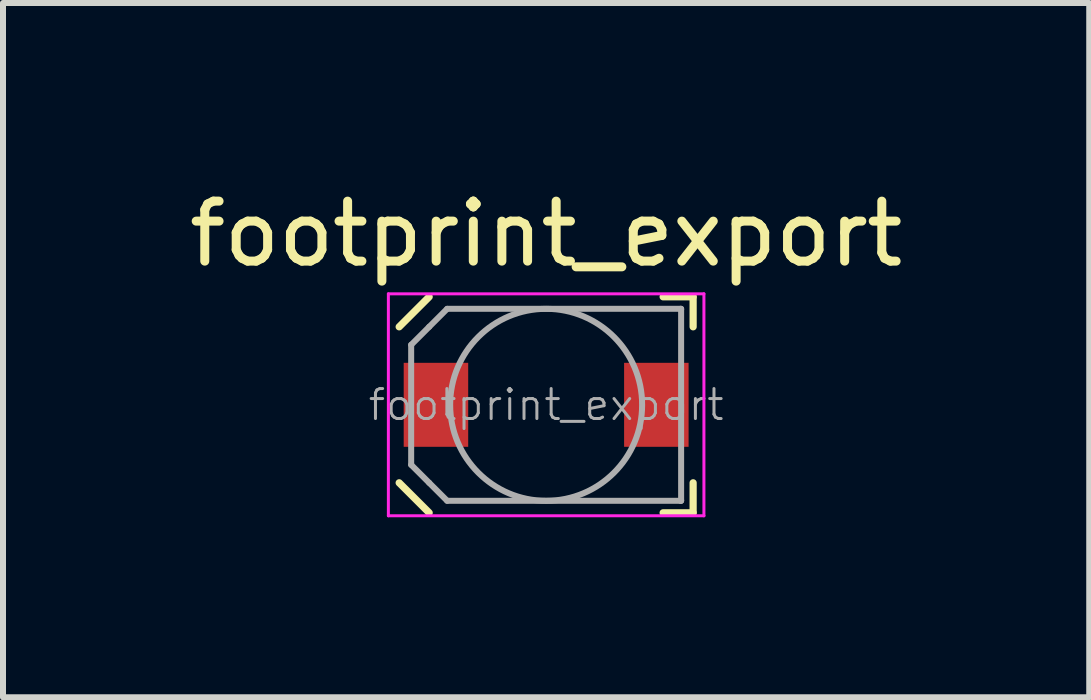
<source format=kicad_pcb>
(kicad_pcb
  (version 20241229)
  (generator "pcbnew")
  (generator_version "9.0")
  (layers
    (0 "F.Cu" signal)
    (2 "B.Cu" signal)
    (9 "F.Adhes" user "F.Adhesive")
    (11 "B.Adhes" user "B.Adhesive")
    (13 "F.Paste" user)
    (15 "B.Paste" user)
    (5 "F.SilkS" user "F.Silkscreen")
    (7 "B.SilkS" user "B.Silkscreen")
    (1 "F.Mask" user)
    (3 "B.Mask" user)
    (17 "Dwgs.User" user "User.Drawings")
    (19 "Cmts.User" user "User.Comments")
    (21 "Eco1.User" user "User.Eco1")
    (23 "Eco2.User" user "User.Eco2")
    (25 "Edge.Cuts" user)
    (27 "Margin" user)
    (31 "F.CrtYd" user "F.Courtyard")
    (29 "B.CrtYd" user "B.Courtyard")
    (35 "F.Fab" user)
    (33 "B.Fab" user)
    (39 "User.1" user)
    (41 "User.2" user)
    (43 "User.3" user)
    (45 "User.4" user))
  (footprint "footprint_export"
    (layer "F.Cu")
    (at 6.054 3.698)
    (property "Reference" "footprint_export" (at 0 -2.85 0) (layer "F.SilkS") (effects (font (size 1 1) (thickness 0.15))))
    (attr smd)
    (fp_line (start -2.45 -1.3) (end -1.95 -1.8) (stroke (width 0.12) (type solid)) (layer "F.SilkS"))
    (fp_line (start -2.45 1.3) (end -1.95 1.8) (stroke (width 0.12) (type solid)) (layer "F.SilkS"))
    (fp_line (start 2.45 -1.8) (end 1.95 -1.8) (stroke (width 0.12) (type solid)) (layer "F.SilkS"))
    (fp_line (start 2.45 -1.8) (end 2.45 -1.3) (stroke (width 0.12) (type solid)) (layer "F.SilkS"))
    (fp_line (start 2.45 1.8) (end 1.95 1.8) (stroke (width 0.12) (type solid)) (layer "F.SilkS"))
    (fp_line (start 2.45 1.8) (end 2.45 1.3) (stroke (width 0.12) (type solid)) (layer "F.SilkS"))
    (fp_line (start -2.63 -1.85) (end -2.63 1.85) (stroke (width 0.05) (type solid)) (layer "F.CrtYd"))
    (fp_line (start -2.63 1.85) (end 2.63 1.85) (stroke (width 0.05) (type solid)) (layer "F.CrtYd"))
    (fp_line (start 2.63 -1.85) (end -2.63 -1.85) (stroke (width 0.05) (type solid)) (layer "F.CrtYd"))
    (fp_line (start 2.63 1.85) (end 2.63 -1.85) (stroke (width 0.05) (type solid)) (layer "F.CrtYd"))
    (fp_line (start -2.25 -1) (end -1.95 -1.3) (stroke (width 0.1) (type solid)) (layer "F.Fab"))
    (fp_line (start -2.25 1) (end -2.25 -1) (stroke (width 0.1) (type solid)) (layer "F.Fab"))
    (fp_line (start -1.95 -1.3) (end -1.65 -1.6) (stroke (width 0.1) (type solid)) (layer "F.Fab"))
    (fp_line (start -1.95 1.3) (end -2.25 1) (stroke (width 0.1) (type solid)) (layer "F.Fab"))
    (fp_line (start -1.65 -1.6) (end 2.24 -1.6) (stroke (width 0.1) (type solid)) (layer "F.Fab"))
    (fp_line (start -1.65 1.6) (end -1.95 1.3) (stroke (width 0.1) (type solid)) (layer "F.Fab"))
    (fp_line (start 2.24 -1.6) (end 2.25 -1.6) (stroke (width 0.1) (type solid)) (layer "F.Fab"))
    (fp_line (start 2.24 1.6) (end -1.65 1.6) (stroke (width 0.1) (type solid)) (layer "F.Fab"))
    (fp_line (start 2.25 -1.6) (end 2.25 -1.59) (stroke (width 0.1) (type solid)) (layer "F.Fab"))
    (fp_line (start 2.25 -1.59) (end 2.25 1.59) (stroke (width 0.1) (type solid)) (layer "F.Fab"))
    (fp_line (start 2.25 1.59) (end 2.25 1.6) (stroke (width 0.1) (type solid)) (layer "F.Fab"))
    (fp_line (start 2.25 1.6) (end 2.24 1.6) (stroke (width 0.1) (type solid)) (layer "F.Fab"))
    (fp_circle (center 0 0) (end 1.6 0) (stroke (width 0.1) (type solid)) (fill no) (layer "F.Fab"))
    (fp_text user "${REFERENCE}" (at 0 0 0) (layer "F.Fab") (effects (font (size 0.5 0.5) (thickness 0.05))))
    (pad "1" smd rect (at -1.837 0) (size 1.075 1.4) (layers "F.Cu" "F.Mask" "F.Paste"))
    (pad "2" smd rect (at 1.837 0) (size 1.075 1.4) (layers "F.Cu" "F.Mask" "F.Paste")))
  (gr_rect
    (start -3 -3)
    (end 15.107 8.573)
    (stroke (width 0.1) (type default))
    (fill no)
    (layer "Edge.Cuts")))
</source>
